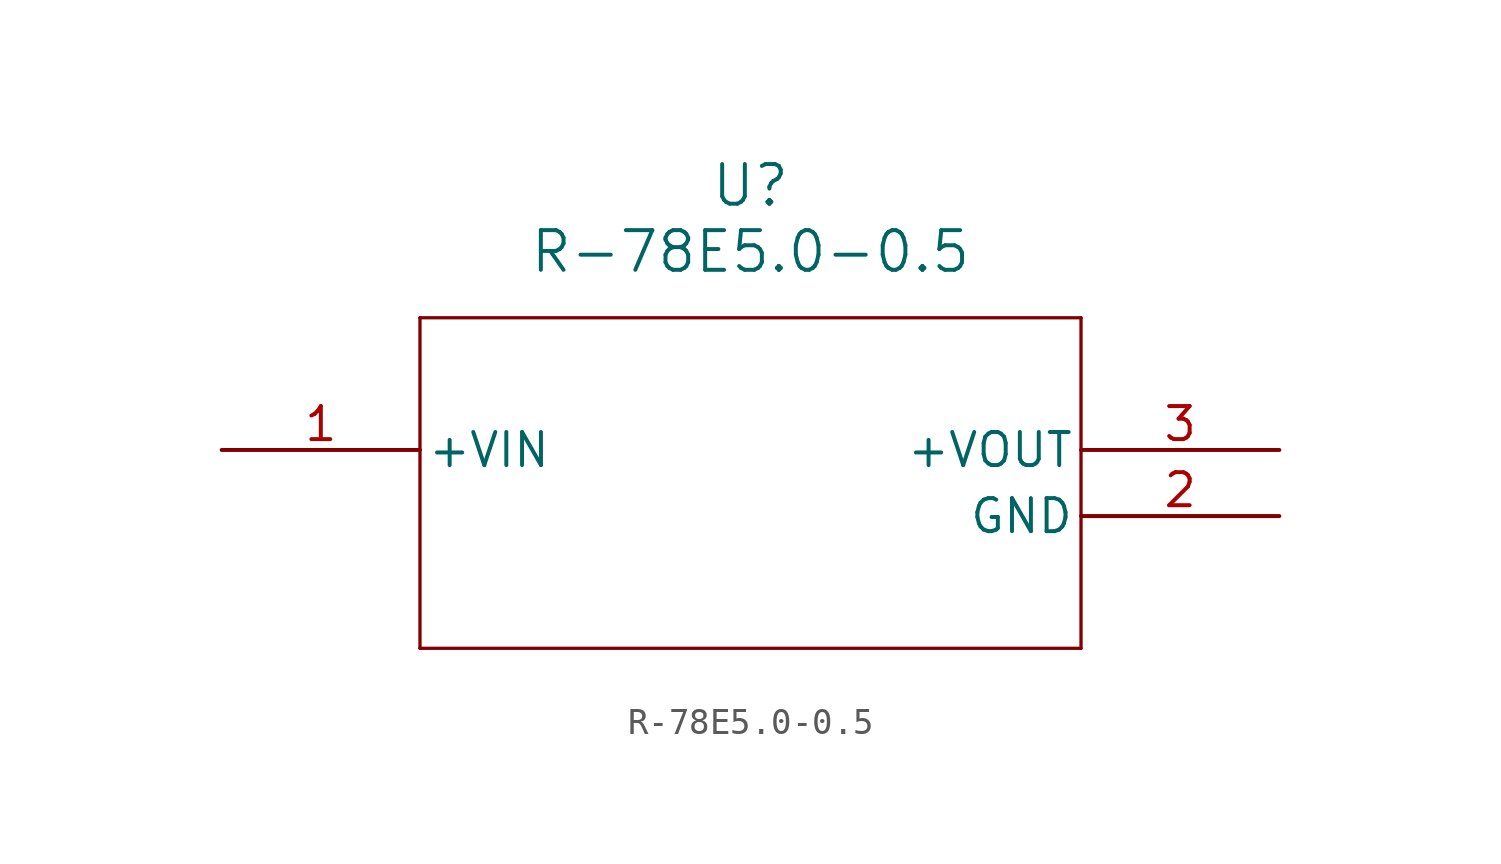
<source format=kicad_sym>
(kicad_symbol_lib
  (version 20211014)
  (generator kicad_symbol_editor)
  (symbol "R-78E5.0-0.5"
    (pin_names
      (offset 0.254))
    (property "Reference" "U"
      (at 20.32 10.16 0)
      (effects (font (size 1.524 1.524))))
    (property "Value" "R-78E5.0-0.5"
      (at 20.32 7.62 0)
      (effects (font (size 1.524 1.524))))
    (symbol "R-78E5.0-0.5_0_1"
      (polyline (pts (xy 7.62 5.08) (xy 7.62 -7.62)) (stroke (width 0.127) (type default) (color 0 0 0 0)) (fill (type none)))
      (polyline (pts (xy 7.62 -7.62) (xy 33.02 -7.62)) (stroke (width 0.127) (type default) (color 0 0 0 0)) (fill (type none)))
      (polyline (pts (xy 33.02 -7.62) (xy 33.02 5.08)) (stroke (width 0.127) (type default) (color 0 0 0 0)) (fill (type none)))
      (polyline (pts (xy 33.02 5.08) (xy 7.62 5.08)) (stroke (width 0.127) (type default) (color 0 0 0 0)) (fill (type none)))
      (pin power_in line (at 0 0 0) (length 7.62) (name "+VIN" (effects (font (size 1.27 1.27)))) (number "1" (effects (font (size 1.27 1.27)))))
      (pin power_out line (at 40.64 -2.54 180) (length 7.62) (name "GND" (effects (font (size 1.27 1.27)))) (number "2" (effects (font (size 1.27 1.27)))))
      (pin power_in line (at 40.64 0 180) (length 7.62) (name "+VOUT" (effects (font (size 1.27 1.27)))) (number "3" (effects (font (size 1.27 1.27))))))))
</source>
